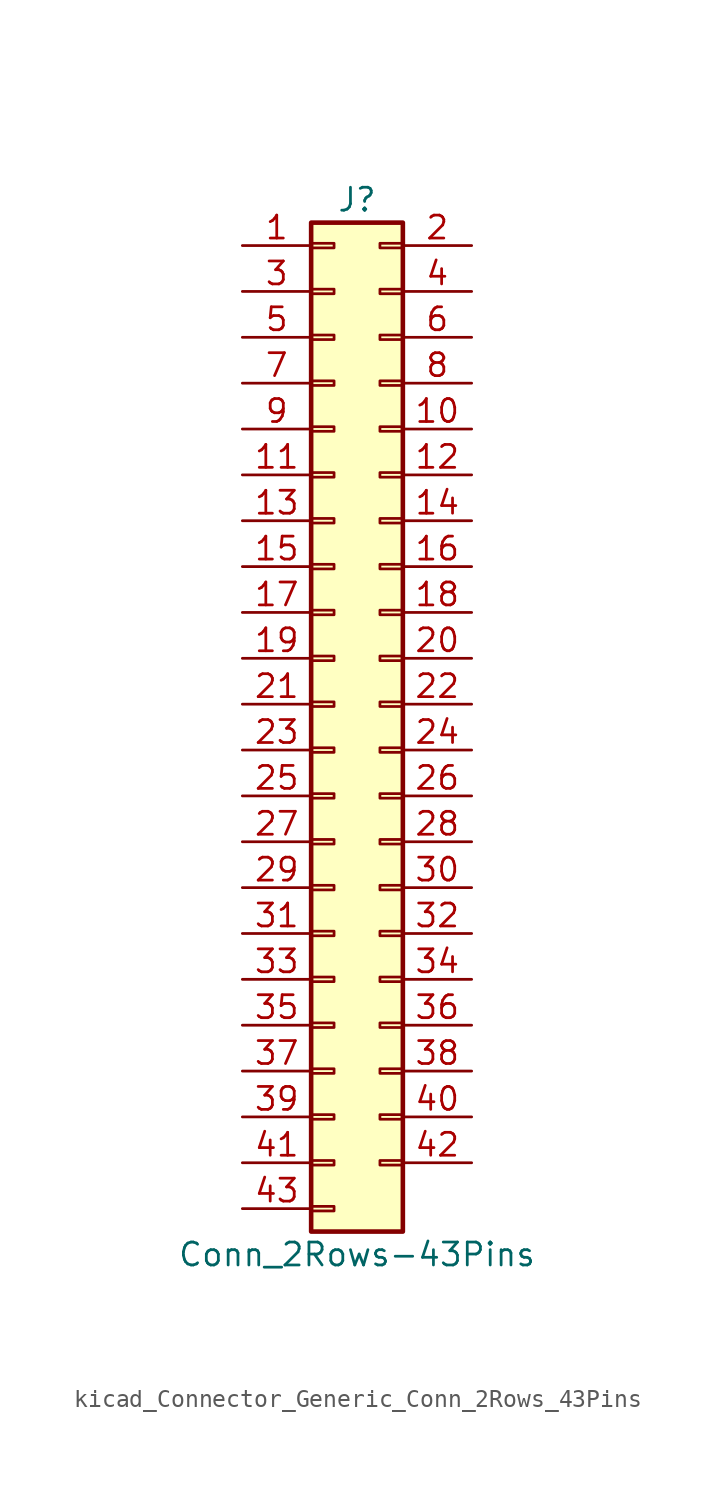
<source format=kicad_sym>
(kicad_symbol_lib
  (version 20220914)
  (generator kicad_symbol_editor)
  (symbol "kicad_Connector_Generic_Conn_2Rows_43Pins"
    (pin_names
      (offset 1.016) hide)
    (property "Reference" "J"
      (at 1.27 27.94 0)
      (effects (font (size 1.27 1.27))))
    (property "Value" "Conn_2Rows-43Pins"
      (at 1.27 -30.48 0)
      (effects (font (size 1.27 1.27))))
    (symbol "kicad_Connector_Generic_Conn_2Rows_43Pins_1_1"
      (rectangle (start -1.27 -27.813) (end 0 -28.067) (stroke (width 0.152) (type default)) (fill (type none)))
      (rectangle (start -1.27 -25.273) (end 0 -25.527) (stroke (width 0.152) (type default)) (fill (type none)))
      (rectangle (start -1.27 -22.733) (end 0 -22.987) (stroke (width 0.152) (type default)) (fill (type none)))
      (rectangle (start -1.27 -20.193) (end 0 -20.447) (stroke (width 0.152) (type default)) (fill (type none)))
      (rectangle (start -1.27 -17.653) (end 0 -17.907) (stroke (width 0.152) (type default)) (fill (type none)))
      (rectangle (start -1.27 -15.113) (end 0 -15.367) (stroke (width 0.152) (type default)) (fill (type none)))
      (rectangle (start -1.27 -12.573) (end 0 -12.827) (stroke (width 0.152) (type default)) (fill (type none)))
      (rectangle (start -1.27 -10.033) (end 0 -10.287) (stroke (width 0.152) (type default)) (fill (type none)))
      (rectangle (start -1.27 -7.493) (end 0 -7.747) (stroke (width 0.152) (type default)) (fill (type none)))
      (rectangle (start -1.27 -4.953) (end 0 -5.207) (stroke (width 0.152) (type default)) (fill (type none)))
      (rectangle (start -1.27 -2.413) (end 0 -2.667) (stroke (width 0.152) (type default)) (fill (type none)))
      (rectangle (start -1.27 0.127) (end 0 -0.127) (stroke (width 0.152) (type default)) (fill (type none)))
      (rectangle (start -1.27 2.667) (end 0 2.413) (stroke (width 0.152) (type default)) (fill (type none)))
      (rectangle (start -1.27 5.207) (end 0 4.953) (stroke (width 0.152) (type default)) (fill (type none)))
      (rectangle (start -1.27 7.747) (end 0 7.493) (stroke (width 0.152) (type default)) (fill (type none)))
      (rectangle (start -1.27 10.287) (end 0 10.033) (stroke (width 0.152) (type default)) (fill (type none)))
      (rectangle (start -1.27 12.827) (end 0 12.573) (stroke (width 0.152) (type default)) (fill (type none)))
      (rectangle (start -1.27 15.367) (end 0 15.113) (stroke (width 0.152) (type default)) (fill (type none)))
      (rectangle (start -1.27 17.907) (end 0 17.653) (stroke (width 0.152) (type default)) (fill (type none)))
      (rectangle (start -1.27 20.447) (end 0 20.193) (stroke (width 0.152) (type default)) (fill (type none)))
      (rectangle (start -1.27 22.987) (end 0 22.733) (stroke (width 0.152) (type default)) (fill (type none)))
      (rectangle (start -1.27 25.527) (end 0 25.273) (stroke (width 0.152) (type default)) (fill (type none)))
      (rectangle (start -1.27 26.67) (end 3.81 -29.21) (stroke (width 0.254) (type default)) (fill (type background)))
      (rectangle (start 3.81 -25.273) (end 2.54 -25.527) (stroke (width 0.152) (type default)) (fill (type none)))
      (rectangle (start 3.81 -22.733) (end 2.54 -22.987) (stroke (width 0.152) (type default)) (fill (type none)))
      (rectangle (start 3.81 -20.193) (end 2.54 -20.447) (stroke (width 0.152) (type default)) (fill (type none)))
      (rectangle (start 3.81 -17.653) (end 2.54 -17.907) (stroke (width 0.152) (type default)) (fill (type none)))
      (rectangle (start 3.81 -15.113) (end 2.54 -15.367) (stroke (width 0.152) (type default)) (fill (type none)))
      (rectangle (start 3.81 -12.573) (end 2.54 -12.827) (stroke (width 0.152) (type default)) (fill (type none)))
      (rectangle (start 3.81 -10.033) (end 2.54 -10.287) (stroke (width 0.152) (type default)) (fill (type none)))
      (rectangle (start 3.81 -7.493) (end 2.54 -7.747) (stroke (width 0.152) (type default)) (fill (type none)))
      (rectangle (start 3.81 -4.953) (end 2.54 -5.207) (stroke (width 0.152) (type default)) (fill (type none)))
      (rectangle (start 3.81 -2.413) (end 2.54 -2.667) (stroke (width 0.152) (type default)) (fill (type none)))
      (rectangle (start 3.81 0.127) (end 2.54 -0.127) (stroke (width 0.152) (type default)) (fill (type none)))
      (rectangle (start 3.81 2.667) (end 2.54 2.413) (stroke (width 0.152) (type default)) (fill (type none)))
      (rectangle (start 3.81 5.207) (end 2.54 4.953) (stroke (width 0.152) (type default)) (fill (type none)))
      (rectangle (start 3.81 7.747) (end 2.54 7.493) (stroke (width 0.152) (type default)) (fill (type none)))
      (rectangle (start 3.81 10.287) (end 2.54 10.033) (stroke (width 0.152) (type default)) (fill (type none)))
      (rectangle (start 3.81 12.827) (end 2.54 12.573) (stroke (width 0.152) (type default)) (fill (type none)))
      (rectangle (start 3.81 15.367) (end 2.54 15.113) (stroke (width 0.152) (type default)) (fill (type none)))
      (rectangle (start 3.81 17.907) (end 2.54 17.653) (stroke (width 0.152) (type default)) (fill (type none)))
      (rectangle (start 3.81 20.447) (end 2.54 20.193) (stroke (width 0.152) (type default)) (fill (type none)))
      (rectangle (start 3.81 22.987) (end 2.54 22.733) (stroke (width 0.152) (type default)) (fill (type none)))
      (rectangle (start 3.81 25.527) (end 2.54 25.273) (stroke (width 0.152) (type default)) (fill (type none)))
      (pin passive line (at -5.08 25.4 0) (length 3.81) (name "Pin_1" (effects (font (size 1.27 1.27)))) (number "1" (effects (font (size 1.27 1.27)))))
      (pin passive line (at 7.62 15.24 180) (length 3.81) (name "Pin_10" (effects (font (size 1.27 1.27)))) (number "10" (effects (font (size 1.27 1.27)))))
      (pin passive line (at -5.08 12.7 0) (length 3.81) (name "Pin_11" (effects (font (size 1.27 1.27)))) (number "11" (effects (font (size 1.27 1.27)))))
      (pin passive line (at 7.62 12.7 180) (length 3.81) (name "Pin_12" (effects (font (size 1.27 1.27)))) (number "12" (effects (font (size 1.27 1.27)))))
      (pin passive line (at -5.08 10.16 0) (length 3.81) (name "Pin_13" (effects (font (size 1.27 1.27)))) (number "13" (effects (font (size 1.27 1.27)))))
      (pin passive line (at 7.62 10.16 180) (length 3.81) (name "Pin_14" (effects (font (size 1.27 1.27)))) (number "14" (effects (font (size 1.27 1.27)))))
      (pin passive line (at -5.08 7.62 0) (length 3.81) (name "Pin_15" (effects (font (size 1.27 1.27)))) (number "15" (effects (font (size 1.27 1.27)))))
      (pin passive line (at 7.62 7.62 180) (length 3.81) (name "Pin_16" (effects (font (size 1.27 1.27)))) (number "16" (effects (font (size 1.27 1.27)))))
      (pin passive line (at -5.08 5.08 0) (length 3.81) (name "Pin_17" (effects (font (size 1.27 1.27)))) (number "17" (effects (font (size 1.27 1.27)))))
      (pin passive line (at 7.62 5.08 180) (length 3.81) (name "Pin_18" (effects (font (size 1.27 1.27)))) (number "18" (effects (font (size 1.27 1.27)))))
      (pin passive line (at -5.08 2.54 0) (length 3.81) (name "Pin_19" (effects (font (size 1.27 1.27)))) (number "19" (effects (font (size 1.27 1.27)))))
      (pin passive line (at 7.62 25.4 180) (length 3.81) (name "Pin_2" (effects (font (size 1.27 1.27)))) (number "2" (effects (font (size 1.27 1.27)))))
      (pin passive line (at 7.62 2.54 180) (length 3.81) (name "Pin_20" (effects (font (size 1.27 1.27)))) (number "20" (effects (font (size 1.27 1.27)))))
      (pin passive line (at -5.08 0 0) (length 3.81) (name "Pin_21" (effects (font (size 1.27 1.27)))) (number "21" (effects (font (size 1.27 1.27)))))
      (pin passive line (at 7.62 0 180) (length 3.81) (name "Pin_22" (effects (font (size 1.27 1.27)))) (number "22" (effects (font (size 1.27 1.27)))))
      (pin passive line (at -5.08 -2.54 0) (length 3.81) (name "Pin_23" (effects (font (size 1.27 1.27)))) (number "23" (effects (font (size 1.27 1.27)))))
      (pin passive line (at 7.62 -2.54 180) (length 3.81) (name "Pin_24" (effects (font (size 1.27 1.27)))) (number "24" (effects (font (size 1.27 1.27)))))
      (pin passive line (at -5.08 -5.08 0) (length 3.81) (name "Pin_25" (effects (font (size 1.27 1.27)))) (number "25" (effects (font (size 1.27 1.27)))))
      (pin passive line (at 7.62 -5.08 180) (length 3.81) (name "Pin_26" (effects (font (size 1.27 1.27)))) (number "26" (effects (font (size 1.27 1.27)))))
      (pin passive line (at -5.08 -7.62 0) (length 3.81) (name "Pin_27" (effects (font (size 1.27 1.27)))) (number "27" (effects (font (size 1.27 1.27)))))
      (pin passive line (at 7.62 -7.62 180) (length 3.81) (name "Pin_28" (effects (font (size 1.27 1.27)))) (number "28" (effects (font (size 1.27 1.27)))))
      (pin passive line (at -5.08 -10.16 0) (length 3.81) (name "Pin_29" (effects (font (size 1.27 1.27)))) (number "29" (effects (font (size 1.27 1.27)))))
      (pin passive line (at -5.08 22.86 0) (length 3.81) (name "Pin_3" (effects (font (size 1.27 1.27)))) (number "3" (effects (font (size 1.27 1.27)))))
      (pin passive line (at 7.62 -10.16 180) (length 3.81) (name "Pin_30" (effects (font (size 1.27 1.27)))) (number "30" (effects (font (size 1.27 1.27)))))
      (pin passive line (at -5.08 -12.7 0) (length 3.81) (name "Pin_31" (effects (font (size 1.27 1.27)))) (number "31" (effects (font (size 1.27 1.27)))))
      (pin passive line (at 7.62 -12.7 180) (length 3.81) (name "Pin_32" (effects (font (size 1.27 1.27)))) (number "32" (effects (font (size 1.27 1.27)))))
      (pin passive line (at -5.08 -15.24 0) (length 3.81) (name "Pin_33" (effects (font (size 1.27 1.27)))) (number "33" (effects (font (size 1.27 1.27)))))
      (pin passive line (at 7.62 -15.24 180) (length 3.81) (name "Pin_34" (effects (font (size 1.27 1.27)))) (number "34" (effects (font (size 1.27 1.27)))))
      (pin passive line (at -5.08 -17.78 0) (length 3.81) (name "Pin_35" (effects (font (size 1.27 1.27)))) (number "35" (effects (font (size 1.27 1.27)))))
      (pin passive line (at 7.62 -17.78 180) (length 3.81) (name "Pin_36" (effects (font (size 1.27 1.27)))) (number "36" (effects (font (size 1.27 1.27)))))
      (pin passive line (at -5.08 -20.32 0) (length 3.81) (name "Pin_37" (effects (font (size 1.27 1.27)))) (number "37" (effects (font (size 1.27 1.27)))))
      (pin passive line (at 7.62 -20.32 180) (length 3.81) (name "Pin_38" (effects (font (size 1.27 1.27)))) (number "38" (effects (font (size 1.27 1.27)))))
      (pin passive line (at -5.08 -22.86 0) (length 3.81) (name "Pin_39" (effects (font (size 1.27 1.27)))) (number "39" (effects (font (size 1.27 1.27)))))
      (pin passive line (at 7.62 22.86 180) (length 3.81) (name "Pin_4" (effects (font (size 1.27 1.27)))) (number "4" (effects (font (size 1.27 1.27)))))
      (pin passive line (at 7.62 -22.86 180) (length 3.81) (name "Pin_40" (effects (font (size 1.27 1.27)))) (number "40" (effects (font (size 1.27 1.27)))))
      (pin passive line (at -5.08 -25.4 0) (length 3.81) (name "Pin_41" (effects (font (size 1.27 1.27)))) (number "41" (effects (font (size 1.27 1.27)))))
      (pin passive line (at 7.62 -25.4 180) (length 3.81) (name "Pin_42" (effects (font (size 1.27 1.27)))) (number "42" (effects (font (size 1.27 1.27)))))
      (pin passive line (at -5.08 -27.94 0) (length 3.81) (name "Pin_43" (effects (font (size 1.27 1.27)))) (number "43" (effects (font (size 1.27 1.27)))))
      (pin passive line (at -5.08 20.32 0) (length 3.81) (name "Pin_5" (effects (font (size 1.27 1.27)))) (number "5" (effects (font (size 1.27 1.27)))))
      (pin passive line (at 7.62 20.32 180) (length 3.81) (name "Pin_6" (effects (font (size 1.27 1.27)))) (number "6" (effects (font (size 1.27 1.27)))))
      (pin passive line (at -5.08 17.78 0) (length 3.81) (name "Pin_7" (effects (font (size 1.27 1.27)))) (number "7" (effects (font (size 1.27 1.27)))))
      (pin passive line (at 7.62 17.78 180) (length 3.81) (name "Pin_8" (effects (font (size 1.27 1.27)))) (number "8" (effects (font (size 1.27 1.27)))))
      (pin passive line (at -5.08 15.24 0) (length 3.81) (name "Pin_9" (effects (font (size 1.27 1.27)))) (number "9" (effects (font (size 1.27 1.27))))))))
</source>
